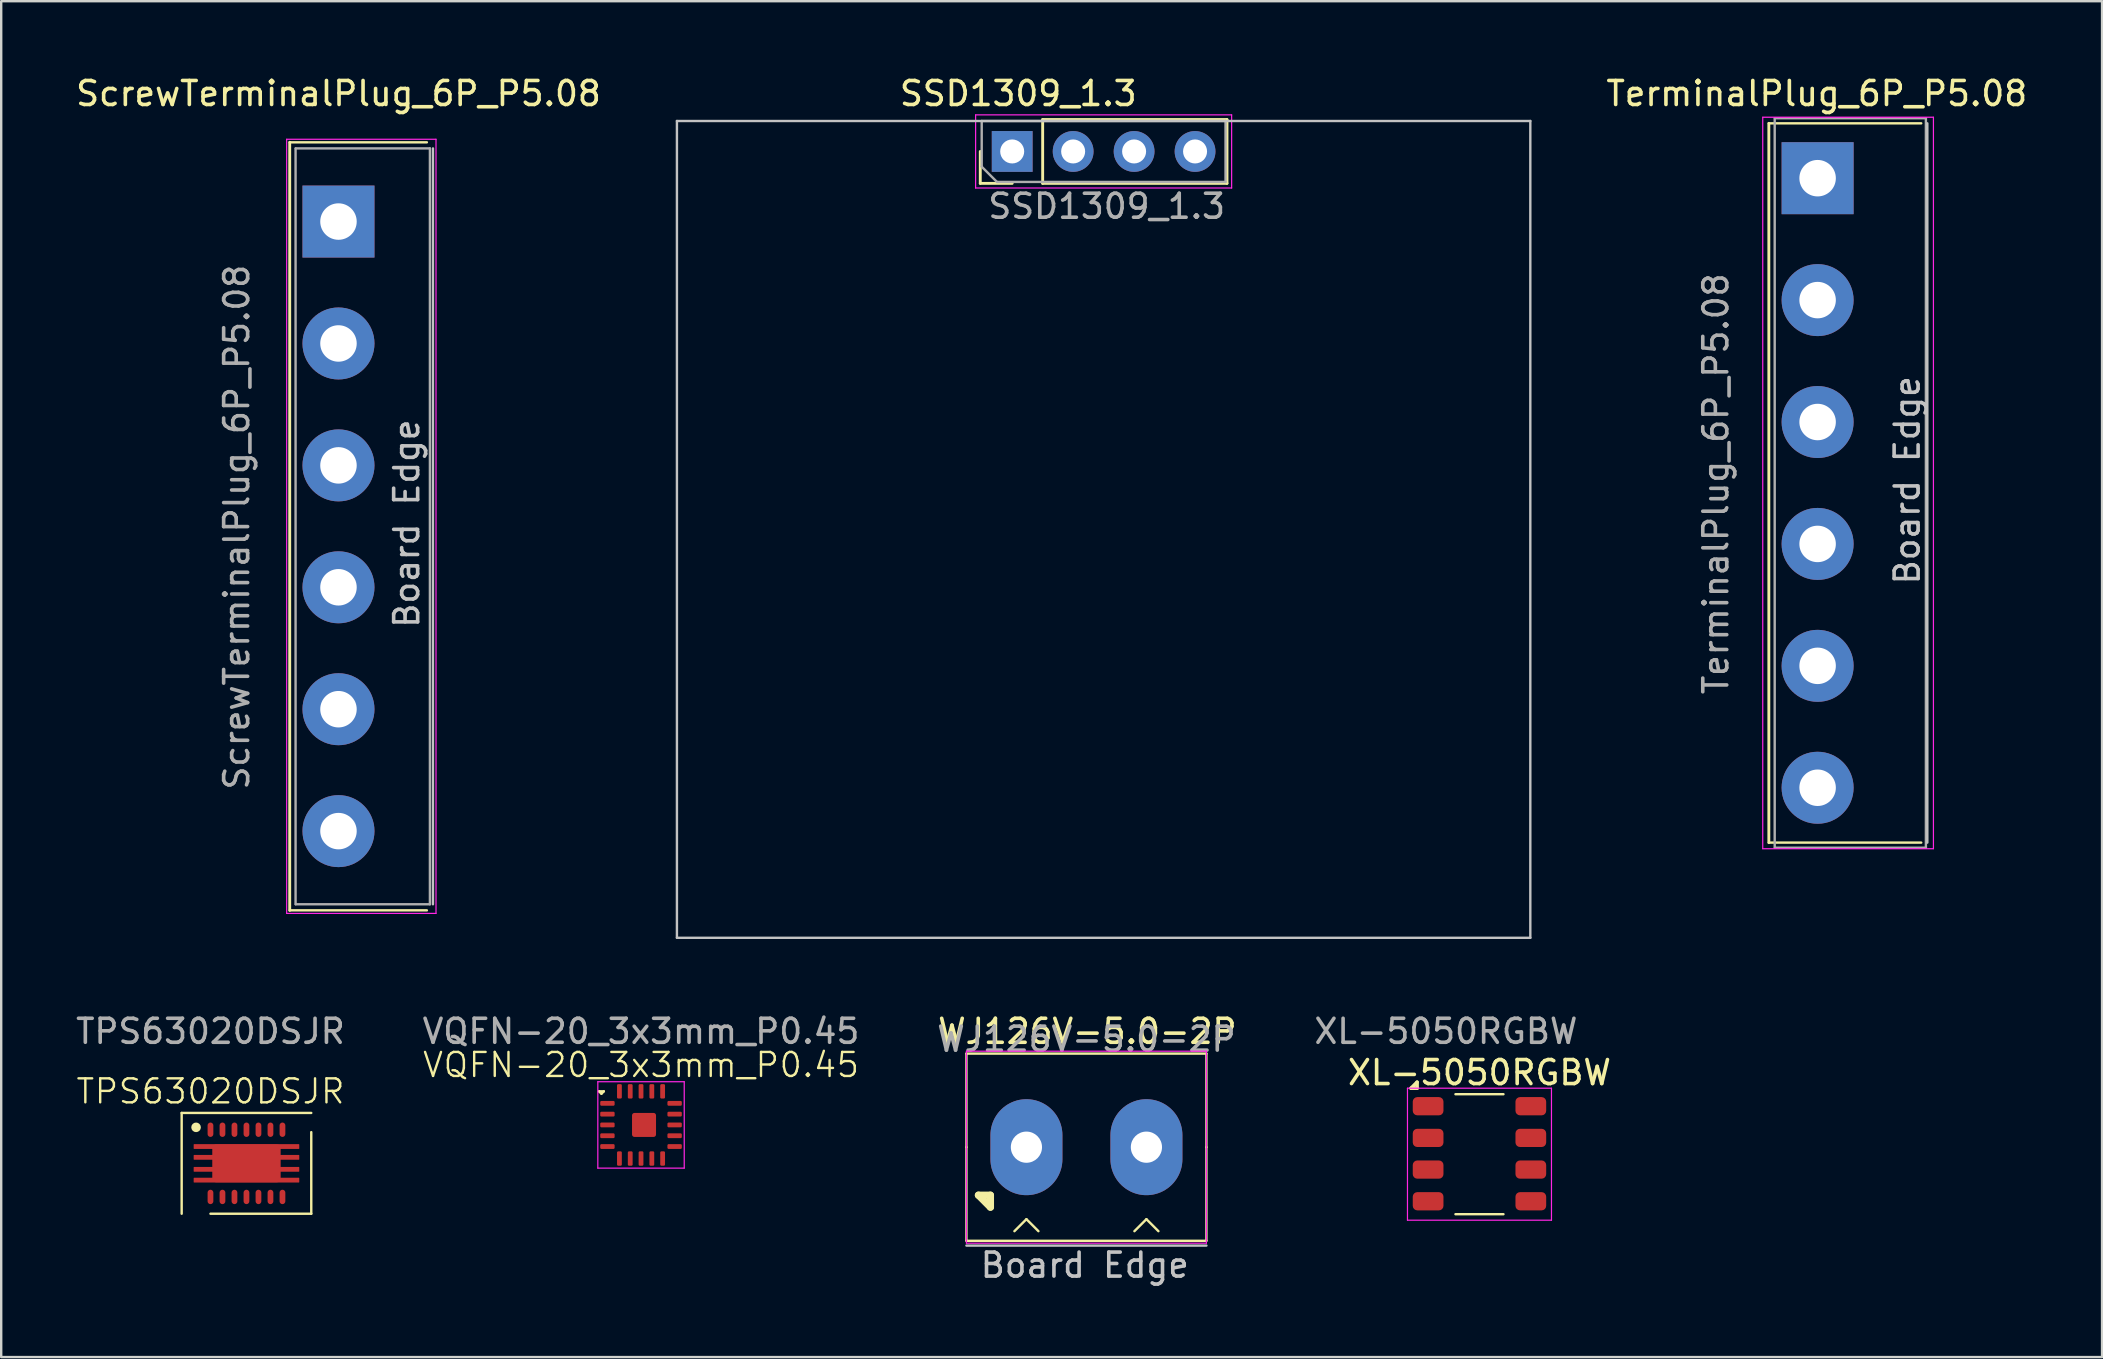
<source format=kicad_pcb>
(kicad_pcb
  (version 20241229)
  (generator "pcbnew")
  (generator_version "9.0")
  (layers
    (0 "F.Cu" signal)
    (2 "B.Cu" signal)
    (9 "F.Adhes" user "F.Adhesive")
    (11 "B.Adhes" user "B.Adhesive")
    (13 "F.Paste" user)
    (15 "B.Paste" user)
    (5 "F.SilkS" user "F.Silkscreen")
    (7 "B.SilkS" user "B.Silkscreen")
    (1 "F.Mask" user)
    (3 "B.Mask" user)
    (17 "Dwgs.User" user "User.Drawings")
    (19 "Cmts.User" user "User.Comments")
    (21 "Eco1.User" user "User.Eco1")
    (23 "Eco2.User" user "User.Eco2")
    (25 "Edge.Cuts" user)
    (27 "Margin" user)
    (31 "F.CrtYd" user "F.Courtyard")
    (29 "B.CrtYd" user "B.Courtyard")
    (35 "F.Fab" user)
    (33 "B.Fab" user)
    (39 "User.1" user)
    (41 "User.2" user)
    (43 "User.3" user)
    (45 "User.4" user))
  (footprint "XL-5050RGBW"
    (layer "F.Cu")
    (at 58.598 45.045)
    (property "Reference" "XL-5050RGBW" (at 0 -3.4 0) (unlocked yes) (layer "F.SilkS") (effects (font (size 1 1) (thickness 0.15))))
    (attr smd)
    (fp_line (start -2.85 -2.75) (end -2.6 -3) (stroke (width 0.15) (type default)) (layer "F.SilkS"))
    (fp_line (start -2.85 -2.75) (end -2.6 -2.75) (stroke (width 0.15) (type default)) (layer "F.SilkS"))
    (fp_line (start -2.6 -2.75) (end -2.6 -3) (stroke (width 0.15) (type default)) (layer "F.SilkS"))
    (fp_line (start -1 -2.5) (end 1 -2.5) (stroke (width 0.1) (type default)) (layer "F.SilkS"))
    (fp_line (start -1 2.5) (end 1 2.5) (stroke (width 0.1) (type default)) (layer "F.SilkS"))
    (fp_line (start -3 -2.75) (end 3 -2.75) (stroke (width 0.05) (type default)) (layer "F.CrtYd"))
    (fp_line (start -3 2.75) (end -3 -2.75) (stroke (width 0.05) (type default)) (layer "F.CrtYd"))
    (fp_line (start -3 2.75) (end 3 2.75) (stroke (width 0.05) (type default)) (layer "F.CrtYd"))
    (fp_line (start 3 -2.75) (end 3 2.75) (stroke (width 0.05) (type default)) (layer "F.CrtYd"))
    (fp_text user "${REFERENCE}" (at -1.397 -5.12 0) (unlocked yes) (layer "F.Fab") (effects (font (size 1 1) (thickness 0.15))))
    (pad "1" smd roundrect (at -2.14 -2) (size 1.28 0.76) (layers "F.Cu" "F.Mask" "F.Paste") (roundrect_rratio 0.25))
    (pad "2" smd roundrect (at -2.14 -0.68) (size 1.28 0.76) (layers "F.Cu" "F.Mask" "F.Paste") (roundrect_rratio 0.25))
    (pad "3" smd roundrect (at -2.14 0.64) (size 1.28 0.76) (layers "F.Cu" "F.Mask" "F.Paste") (roundrect_rratio 0.25))
    (pad "4" smd roundrect (at -2.14 1.96) (size 1.28 0.76) (layers "F.Cu" "F.Mask" "F.Paste") (roundrect_rratio 0.25))
    (pad "5" smd roundrect (at 2.14 1.96) (size 1.28 0.76) (layers "F.Cu" "F.Mask" "F.Paste") (roundrect_rratio 0.25))
    (pad "6" smd roundrect (at 2.14 0.64) (size 1.28 0.76) (layers "F.Cu" "F.Mask" "F.Paste") (roundrect_rratio 0.25))
    (pad "7" smd roundrect (at 2.14 -0.68) (size 1.28 0.76) (layers "F.Cu" "F.Mask" "F.Paste") (roundrect_rratio 0.25))
    (pad "8" smd roundrect (at 2.14 -2) (size 1.28 0.76) (layers "F.Cu" "F.Mask" "F.Paste") (roundrect_rratio 0.25)))
  (footprint "SSD1309_1.3"
    (layer "F.Cu")
    (at 42.937 3.261)
    (property "Reference" "SSD1309_1.3" (at -3.556 -2.413 0) (unlocked yes) (layer "F.SilkS") (effects (font (size 1 1) (thickness 0.15))))
    (attr through_hole dnp)
    (fp_line (start -5.14 1.33) (end -5.14 0) (stroke (width 0.12) (type solid)) (layer "F.SilkS"))
    (fp_line (start -3.81 1.33) (end -5.14 1.33) (stroke (width 0.12) (type solid)) (layer "F.SilkS"))
    (fp_line (start -2.54 -1.33) (end 5.14 -1.33) (stroke (width 0.12) (type solid)) (layer "F.SilkS"))
    (fp_line (start -2.54 1.33) (end -2.54 -1.33) (stroke (width 0.12) (type solid)) (layer "F.SilkS"))
    (fp_line (start -2.54 1.33) (end 5.14 1.33) (stroke (width 0.12) (type solid)) (layer "F.SilkS"))
    (fp_line (start 5.14 1.33) (end 5.14 -1.33) (stroke (width 0.12) (type solid)) (layer "F.SilkS"))
    (fp_line (start -17.78 -1.27) (end 17.78 -1.27) (stroke (width 0.1) (type default)) (layer "Dwgs.User"))
    (fp_line (start -17.78 32.766) (end -17.78 -1.27) (stroke (width 0.1) (type default)) (layer "Dwgs.User"))
    (fp_line (start 17.78 -1.27) (end 17.78 32.766) (stroke (width 0.1) (type default)) (layer "Dwgs.User"))
    (fp_line (start 17.78 32.766) (end -17.78 32.766) (stroke (width 0.1) (type default)) (layer "Dwgs.User"))
    (fp_line (start -5.334 -1.524) (end -5.334 1.524) (stroke (width 0.05) (type solid)) (layer "F.CrtYd"))
    (fp_line (start -5.334 1.524) (end 5.334 1.524) (stroke (width 0.05) (type solid)) (layer "F.CrtYd"))
    (fp_line (start 5.334 -1.524) (end -5.334 -1.524) (stroke (width 0.05) (type solid)) (layer "F.CrtYd"))
    (fp_line (start 5.334 1.524) (end 5.334 -1.524) (stroke (width 0.05) (type solid)) (layer "F.CrtYd"))
    (fp_line (start -5.08 -1.27) (end 5.08 -1.27) (stroke (width 0.1) (type solid)) (layer "F.Fab"))
    (fp_line (start -5.08 0.635) (end -5.08 -1.27) (stroke (width 0.1) (type solid)) (layer "F.Fab"))
    (fp_line (start -4.445 1.27) (end -5.08 0.635) (stroke (width 0.1) (type solid)) (layer "F.Fab"))
    (fp_line (start 5.08 -1.27) (end 5.08 1.27) (stroke (width 0.1) (type solid)) (layer "F.Fab"))
    (fp_line (start 5.08 1.27) (end -4.445 1.27) (stroke (width 0.1) (type solid)) (layer "F.Fab"))
    (fp_text user "${REFERENCE}" (at 0.127 2.286 0) (layer "F.Fab") (effects (font (size 1 1) (thickness 0.15))))
    (pad "1" thru_hole rect (at -3.81 0 90) (size 1.7 1.7) (drill 1) (layers "*.Cu" "*.Mask"))
    (pad "2" thru_hole oval (at -1.27 0 90) (size 1.7 1.7) (drill 1) (layers "*.Cu" "*.Mask"))
    (pad "3" thru_hole oval (at 1.27 0 90) (size 1.7 1.7) (drill 1) (layers "*.Cu" "*.Mask"))
    (pad "4" thru_hole oval (at 3.81 0 90) (size 1.7 1.7) (drill 1) (layers "*.Cu" "*.Mask")))
  (footprint "TerminalPlug_6P_P5.08"
    (layer "F.Cu")
    (at 72.688 17.075)
    (property "Reference" "TerminalPlug_6P_P5.08" (at -0.034 -16.227 0) (unlocked yes) (layer "F.SilkS") (effects (font (size 1 1) (thickness 0.15))))
    (attr through_hole)
    (fp_line (start -2.032 -14.986) (end -2.032 14.986) (stroke (width 0.12) (type solid)) (layer "F.SilkS"))
    (fp_line (start -2.032 -14.986) (end 4.318 -14.986) (stroke (width 0.1) (type default)) (layer "F.SilkS"))
    (fp_line (start -2.032 14.986) (end 4.318 14.986) (stroke (width 0.1) (type default)) (layer "F.SilkS"))
    (fp_line (start 4.572 -14.986) (end 4.572 14.986) (stroke (width 0.1) (type default)) (layer "Dwgs.User"))
    (fp_line (start -2.286 15.24) (end -2.286 -15.24) (stroke (width 0.05) (type solid)) (layer "F.CrtYd"))
    (fp_line (start -2.286 15.24) (end 4.826 15.24) (stroke (width 0.05) (type solid)) (layer "F.CrtYd"))
    (fp_line (start 4.826 -15.24) (end -2.286 -15.24) (stroke (width 0.05) (type solid)) (layer "F.CrtYd"))
    (fp_line (start 4.826 -15.24) (end 4.826 15.24) (stroke (width 0.05) (type solid)) (layer "F.CrtYd"))
    (fp_line (start -1.788 -15.2) (end -1.788 15.2) (stroke (width 0.1) (type solid)) (layer "F.Fab"))
    (fp_line (start -1.778 15.2) (end 4.512 15.2) (stroke (width 0.1) (type solid)) (layer "F.Fab"))
    (fp_line (start 4.512 -15.2) (end -1.778 -15.2) (stroke (width 0.1) (type solid)) (layer "F.Fab"))
    (fp_line (start 4.512 15.2) (end 4.512 -15.2) (stroke (width 0.1) (type solid)) (layer "F.Fab"))
    (fp_text user "Board Edge" (at 4.318 4.318 90) (unlocked yes) (layer "Dwgs.User") (effects (font (size 1 1) (thickness 0.15)) (justify left bottom)))
    (fp_text user "${REFERENCE}" (at -4.24 0.034 90) (unlocked yes) (layer "F.Fab") (effects (font (size 1 1) (thickness 0.15))))
    (pad "1" thru_hole rect (at 0 -12.7 270) (size 3 3) (drill 1.52) (layers "*.Cu" "*.Mask"))
    (pad "2" thru_hole circle (at 0 -7.62 270) (size 3 3) (drill 1.52) (layers "*.Cu" "*.Mask"))
    (pad "3" thru_hole circle (at 0 -2.54 270) (size 3 3) (drill 1.52) (layers "*.Cu" "*.Mask"))
    (pad "4" thru_hole circle (at 0 2.54 270) (size 3 3) (drill 1.52) (layers "*.Cu" "*.Mask"))
    (pad "5" thru_hole circle (at 0 7.62 270) (size 3 3) (drill 1.52) (layers "*.Cu" "*.Mask"))
    (pad "6" thru_hole circle (at 0 12.7 270) (size 3 3) (drill 1.52) (layers "*.Cu" "*.Mask")))
  (footprint "ScrewTerminalPlug_6P_P5.08"
    (layer "F.Cu")
    (at 11.054 18.882)
    (property "Reference" "ScrewTerminalPlug_6P_P5.08" (at 0 -18.034 0) (unlocked yes) (layer "F.SilkS") (effects (font (size 1 1) (thickness 0.15))))
    (attr through_hole)
    (fp_line (start -2.032 -16.002) (end -2.032 16.002) (stroke (width 0.12) (type solid)) (layer "F.SilkS"))
    (fp_line (start -2.032 -16.002) (end 3.683 -16.002) (stroke (width 0.1) (type default)) (layer "F.SilkS"))
    (fp_line (start -2.032 16.002) (end 3.683 16.002) (stroke (width 0.1) (type default)) (layer "F.SilkS"))
    (fp_line (start 3.937 -15.748) (end 3.937 15.748) (stroke (width 0.1) (type default)) (layer "Dwgs.User"))
    (fp_line (start -2.159 16.129) (end -2.159 -16.129) (stroke (width 0.05) (type solid)) (layer "F.CrtYd"))
    (fp_line (start -2.159 16.129) (end 4.064 16.129) (stroke (width 0.05) (type solid)) (layer "F.CrtYd"))
    (fp_line (start 4.064 -16.129) (end -2.159 -16.129) (stroke (width 0.05) (type solid)) (layer "F.CrtYd"))
    (fp_line (start 4.064 -16.129) (end 4.064 16.129) (stroke (width 0.05) (type solid)) (layer "F.CrtYd"))
    (fp_line (start -1.788 -15.748) (end -1.788 15.748) (stroke (width 0.1) (type solid)) (layer "F.Fab"))
    (fp_line (start -1.778 15.748) (end 3.81 15.748) (stroke (width 0.1) (type solid)) (layer "F.Fab"))
    (fp_line (start 3.81 -15.748) (end -1.778 -15.748) (stroke (width 0.1) (type solid)) (layer "F.Fab"))
    (fp_line (start 3.81 15.748) (end 3.81 -15.748) (stroke (width 0.1) (type solid)) (layer "F.Fab"))
    (fp_text user "Board Edge" (at 3.429 4.318 90) (unlocked yes) (layer "Dwgs.User") (effects (font (size 1 1) (thickness 0.15)) (justify left bottom)))
    (fp_text user "${REFERENCE}" (at -4.24 0.034 90) (unlocked yes) (layer "F.Fab") (effects (font (size 1 1) (thickness 0.15))))
    (pad "1" thru_hole rect (at 0 -12.7 270) (size 3 3) (drill 1.52) (layers "*.Cu" "*.Mask"))
    (pad "2" thru_hole circle (at 0 -7.62 270) (size 3 3) (drill 1.52) (layers "*.Cu" "*.Mask"))
    (pad "3" thru_hole circle (at 0 -2.54 270) (size 3 3) (drill 1.52) (layers "*.Cu" "*.Mask"))
    (pad "4" thru_hole circle (at 0 2.54 270) (size 3 3) (drill 1.52) (layers "*.Cu" "*.Mask"))
    (pad "5" thru_hole circle (at 0 7.62 270) (size 3 3) (drill 1.52) (layers "*.Cu" "*.Mask"))
    (pad "6" thru_hole circle (at 0 12.7 270) (size 3 3) (drill 1.52) (layers "*.Cu" "*.Mask")))
  (footprint "TPS63020DSJR"
    (layer "F.Cu")
    (at 5.72 42.925)
    (property "Reference" "TPS63020DSJR" (at 0 -0.5 0) (unlocked yes) (layer "F.SilkS") (effects (font (size 1 1) (thickness 0.1))))
    (attr smd)
    (fp_line (start -1.2 0.4) (end 4.2 0.4) (stroke (width 0.1) (type default)) (layer "F.SilkS"))
    (fp_line (start -1.2 4.6) (end -1.2 0.4) (stroke (width 0.1) (type default)) (layer "F.SilkS"))
    (fp_line (start 0 4.6) (end 4.2 4.6) (stroke (width 0.1) (type default)) (layer "F.SilkS"))
    (fp_line (start 4.2 4.6) (end 4.2 1.2) (stroke (width 0.1) (type default)) (layer "F.SilkS"))
    (fp_circle (center -0.6 1) (end -0.5 1) (stroke (width 0.2) (type default)) (fill no) (layer "F.SilkS"))
    (fp_text user "${REFERENCE}" (at 0 -3 0) (unlocked yes) (layer "F.Fab") (effects (font (size 1 1) (thickness 0.15))))
    (pad "1" smd roundrect (at 0 1.1) (size 0.24 0.6) (layers "F.Cu" "F.Mask" "F.Paste") (roundrect_rratio 0.5))
    (pad "2" smd roundrect (at 0.5 1.1) (size 0.24 0.6) (layers "F.Cu" "F.Mask" "F.Paste") (roundrect_rratio 0.5))
    (pad "3" smd roundrect (at 1 1.1) (size 0.24 0.6) (layers "F.Cu" "F.Mask" "F.Paste") (roundrect_rratio 0.5))
    (pad "4" smd roundrect (at 1.5 1.1) (size 0.24 0.6) (layers "F.Cu" "F.Mask" "F.Paste") (roundrect_rratio 0.5))
    (pad "5" smd roundrect (at 2 1.1) (size 0.24 0.6) (layers "F.Cu" "F.Mask" "F.Paste") (roundrect_rratio 0.5))
    (pad "6" smd roundrect (at 2.5 1.1) (size 0.24 0.6) (layers "F.Cu" "F.Mask" "F.Paste") (roundrect_rratio 0.5))
    (pad "7" smd roundrect (at 3 1.1) (size 0.24 0.6) (layers "F.Cu" "F.Mask" "F.Paste") (roundrect_rratio 0.5))
    (pad "8" smd roundrect (at 3 3.9) (size 0.24 0.6) (layers "F.Cu" "F.Mask" "F.Paste") (roundrect_rratio 0.5))
    (pad "9" smd roundrect (at 2.5 3.9) (size 0.24 0.6) (layers "F.Cu" "F.Mask" "F.Paste") (roundrect_rratio 0.5))
    (pad "10" smd roundrect (at 2 3.9) (size 0.24 0.6) (layers "F.Cu" "F.Mask" "F.Paste") (roundrect_rratio 0.5))
    (pad "11" smd roundrect (at 1.5 3.9) (size 0.24 0.6) (layers "F.Cu" "F.Mask" "F.Paste") (roundrect_rratio 0.5))
    (pad "12" smd roundrect (at 1 3.9) (size 0.24 0.6) (layers "F.Cu" "F.Mask" "F.Paste") (roundrect_rratio 0.5))
    (pad "13" smd roundrect (at 0.5 3.9) (size 0.24 0.6) (layers "F.Cu" "F.Mask" "F.Paste") (roundrect_rratio 0.5))
    (pad "14" smd roundrect (at 0 3.9) (size 0.24 0.6) (layers "F.Cu" "F.Mask" "F.Paste") (roundrect_rratio 0.5))
    (pad "15" smd roundrect (at 1.5 1.8) (size 4.4 0.2) (layers "F.Cu" "F.Mask" "F.Paste") (roundrect_rratio 0.1))
    (pad "15" smd roundrect (at 1.5 2.25) (size 4.4 0.2) (layers "F.Cu" "F.Mask" "F.Paste") (roundrect_rratio 0.1))
    (pad "15" smd roundrect (at 1.5 2.5) (size 2.85 1.58) (layers "F.Cu" "F.Mask" "F.Paste") (roundrect_rratio 0.1))
    (pad "15" smd roundrect (at 1.5 2.75) (size 4.4 0.2) (layers "F.Cu" "F.Mask" "F.Paste") (roundrect_rratio 0.1))
    (pad "15" smd roundrect (at 1.5 3.2) (size 4.4 0.2) (layers "F.Cu" "F.Mask" "F.Paste") (roundrect_rratio 0.1)))
  (footprint "WJ126V-5.0-2P"
    (layer "F.Cu")
    (at 42.26 44.752)
    (property "Reference" "WJ126V-5.0-2P" (at 0 -4.826 0) (unlocked yes) (layer "F.SilkS") (effects (font (size 1 1) (thickness 0.15))))
    (attr through_hole)
    (fp_line (start -5.04 -3.9) (end 4.96 -3.9) (stroke (width 0.1) (type default)) (layer "F.SilkS"))
    (fp_line (start -5.04 0) (end -5.04 -3.9) (stroke (width 0.1) (type default)) (layer "F.SilkS"))
    (fp_line (start -5.04 3.9) (end -5.04 0) (stroke (width 0.1) (type default)) (layer "F.SilkS"))
    (fp_line (start -4.54 2) (end -4.04 2.5) (stroke (width 0.3) (type default)) (layer "F.SilkS"))
    (fp_line (start -4.04 2) (end -4.54 2) (stroke (width 0.3) (type default)) (layer "F.SilkS"))
    (fp_line (start -4.04 2.5) (end -4.04 2) (stroke (width 0.3) (type default)) (layer "F.SilkS"))
    (fp_line (start -3.04 3.5) (end -2.54 3) (stroke (width 0.1) (type default)) (layer "F.SilkS"))
    (fp_line (start -2.54 3) (end -2.04 3.5) (stroke (width 0.1) (type default)) (layer "F.SilkS"))
    (fp_line (start 1.96 3.5) (end 2.46 3) (stroke (width 0.1) (type default)) (layer "F.SilkS"))
    (fp_line (start 2.46 3) (end 2.96 3.5) (stroke (width 0.1) (type default)) (layer "F.SilkS"))
    (fp_line (start 4.96 0) (end 4.96 -3.9) (stroke (width 0.1) (type default)) (layer "F.SilkS"))
    (fp_line (start 4.96 0) (end 4.96 3.9) (stroke (width 0.1) (type default)) (layer "F.SilkS"))
    (fp_line (start 4.96 3.9) (end -5.04 3.9) (stroke (width 0.1) (type default)) (layer "F.SilkS"))
    (fp_line (start 4.96 4.1) (end -5.04 4.1) (stroke (width 0.1) (type default)) (layer "Dwgs.User"))
    (fp_line (start -5.04 -4) (end -5.04 4) (stroke (width 0.05) (type default)) (layer "F.CrtYd"))
    (fp_line (start -5.04 4) (end 4.96 4) (stroke (width 0.05) (type default)) (layer "F.CrtYd"))
    (fp_line (start 4.96 -4) (end -5.04 -4) (stroke (width 0.05) (type default)) (layer "F.CrtYd"))
    (fp_line (start 4.96 4) (end 4.96 -4) (stroke (width 0.05) (type default)) (layer "F.CrtYd"))
    (fp_text user "Board Edge" (at -4.54 5.5 0) (unlocked yes) (layer "Dwgs.User") (effects (font (size 1 1) (thickness 0.15)) (justify left bottom)))
    (fp_text user "${REFERENCE}" (at -0.04 -4.5 0) (unlocked yes) (layer "F.Fab") (effects (font (size 1 1) (thickness 0.15))))
    (pad "1" thru_hole oval (at -2.54 0) (size 3 4) (drill 1.3) (layers "*.Cu" "*.Mask"))
    (pad "2" thru_hole oval (at 2.46 0) (size 3 4) (drill 1.3) (layers "*.Cu" "*.Mask")))
  (footprint "VQFN-20_3x3mm_P0.45"
    (layer "F.Cu")
    (at 23.661 43.825)
    (property "Reference" "VQFN-20_3x3mm_P0.45" (at 0 -2.5 0) (unlocked yes) (layer "F.SilkS") (effects (font (size 1 1) (thickness 0.1))))
    (attr smd)
    (fp_line (start -1.75 -1.4) (end -1.65 -1.3) (stroke (width 0.1) (type default)) (layer "F.SilkS"))
    (fp_line (start -1.65 -1.3) (end -1.55 -1.4) (stroke (width 0.1) (type default)) (layer "F.SilkS"))
    (fp_line (start -1.55 -1.4) (end -1.75 -1.4) (stroke (width 0.1) (type default)) (layer "F.SilkS"))
    (fp_line (start -1.8 -1.8) (end -1.8 1.8) (stroke (width 0.05) (type default)) (layer "F.CrtYd"))
    (fp_line (start -1.8 1.8) (end 1.8 1.8) (stroke (width 0.05) (type default)) (layer "F.CrtYd"))
    (fp_line (start 1.8 -1.8) (end -1.8 -1.8) (stroke (width 0.05) (type default)) (layer "F.CrtYd"))
    (fp_line (start 1.8 1.8) (end 1.8 -1.8) (stroke (width 0.05) (type default)) (layer "F.CrtYd"))
    (fp_text user "${REFERENCE}" (at 0 -3.9 0) (unlocked yes) (layer "F.Fab") (effects (font (size 1 1) (thickness 0.15))))
    (pad "1" smd roundrect (at -1.4 -0.9) (size 0.6 0.2) (layers "F.Cu" "F.Mask" "F.Paste") (roundrect_rratio 0.25))
    (pad "2" smd roundrect (at -1.4 -0.45) (size 0.6 0.2) (layers "F.Cu" "F.Mask" "F.Paste") (roundrect_rratio 0.25))
    (pad "3" smd roundrect (at -1.4 0) (size 0.6 0.2) (layers "F.Cu" "F.Mask" "F.Paste") (roundrect_rratio 0.25))
    (pad "4" smd roundrect (at -1.4 0.45) (size 0.6 0.2) (layers "F.Cu" "F.Mask" "F.Paste") (roundrect_rratio 0.25))
    (pad "5" smd roundrect (at -1.4 0.9) (size 0.6 0.2) (layers "F.Cu" "F.Mask" "F.Paste") (roundrect_rratio 0.25))
    (pad "6" smd roundrect (at -0.9 1.4 90) (size 0.6 0.2) (layers "F.Cu" "F.Mask" "F.Paste") (roundrect_rratio 0.25))
    (pad "7" smd roundrect (at -0.45 1.4 90) (size 0.6 0.2) (layers "F.Cu" "F.Mask" "F.Paste") (roundrect_rratio 0.25))
    (pad "8" smd roundrect (at 0 1.4 90) (size 0.6 0.2) (layers "F.Cu" "F.Mask" "F.Paste") (roundrect_rratio 0.25))
    (pad "9" smd roundrect (at 0.45 1.4 90) (size 0.6 0.2) (layers "F.Cu" "F.Mask" "F.Paste") (roundrect_rratio 0.25))
    (pad "10" smd roundrect (at 0.9 1.4 90) (size 0.6 0.2) (layers "F.Cu" "F.Mask" "F.Paste") (roundrect_rratio 0.25))
    (pad "11" smd roundrect (at 1.4 0.9) (size 0.6 0.2) (layers "F.Cu" "F.Mask" "F.Paste") (roundrect_rratio 0.25))
    (pad "12" smd roundrect (at 1.4 0.45) (size 0.6 0.2) (layers "F.Cu" "F.Mask" "F.Paste") (roundrect_rratio 0.25))
    (pad "13" smd roundrect (at 1.4 0) (size 0.6 0.2) (layers "F.Cu" "F.Mask" "F.Paste") (roundrect_rratio 0.25))
    (pad "14" smd roundrect (at 1.4 -0.45) (size 0.6 0.2) (layers "F.Cu" "F.Mask" "F.Paste") (roundrect_rratio 0.25))
    (pad "15" smd roundrect (at 1.4 -0.9) (size 0.6 0.2) (layers "F.Cu" "F.Mask" "F.Paste") (roundrect_rratio 0.25))
    (pad "16" smd roundrect (at 0.9 -1.4 90) (size 0.6 0.2) (layers "F.Cu" "F.Mask" "F.Paste") (roundrect_rratio 0.25))
    (pad "17" smd roundrect (at 0.45 -1.4 90) (size 0.6 0.2) (layers "F.Cu" "F.Mask" "F.Paste") (roundrect_rratio 0.25))
    (pad "18" smd roundrect (at 0 -1.4 90) (size 0.6 0.2) (layers "F.Cu" "F.Mask" "F.Paste") (roundrect_rratio 0.25))
    (pad "19" smd roundrect (at -0.45 -1.4 90) (size 0.6 0.2) (layers "F.Cu" "F.Mask" "F.Paste") (roundrect_rratio 0.25))
    (pad "20" smd roundrect (at -0.9 -1.4 90) (size 0.6 0.2) (layers "F.Cu" "F.Mask" "F.Paste") (roundrect_rratio 0.25))
    (pad "21" smd roundrect (at 0.125 0 90) (size 1 1) (layers "F.Cu" "F.Mask" "F.Paste") (roundrect_rratio 0.1)))
  (gr_rect
    (start -3 -3)
    (end 84.541 53.498)
    (stroke (width 0.1) (type default))
    (fill no)
    (layer "Edge.Cuts")))
</source>
